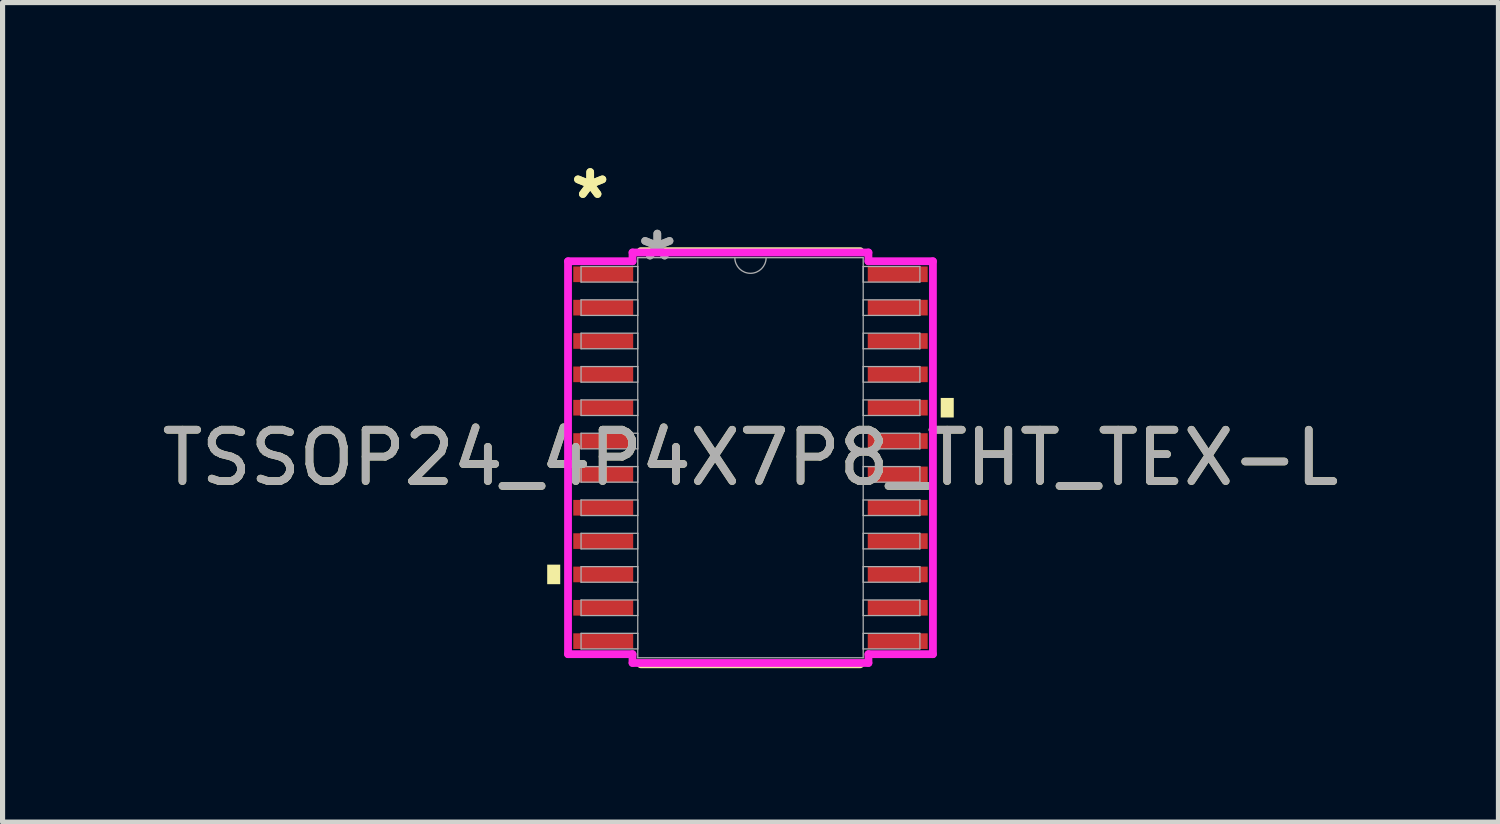
<source format=kicad_pcb>
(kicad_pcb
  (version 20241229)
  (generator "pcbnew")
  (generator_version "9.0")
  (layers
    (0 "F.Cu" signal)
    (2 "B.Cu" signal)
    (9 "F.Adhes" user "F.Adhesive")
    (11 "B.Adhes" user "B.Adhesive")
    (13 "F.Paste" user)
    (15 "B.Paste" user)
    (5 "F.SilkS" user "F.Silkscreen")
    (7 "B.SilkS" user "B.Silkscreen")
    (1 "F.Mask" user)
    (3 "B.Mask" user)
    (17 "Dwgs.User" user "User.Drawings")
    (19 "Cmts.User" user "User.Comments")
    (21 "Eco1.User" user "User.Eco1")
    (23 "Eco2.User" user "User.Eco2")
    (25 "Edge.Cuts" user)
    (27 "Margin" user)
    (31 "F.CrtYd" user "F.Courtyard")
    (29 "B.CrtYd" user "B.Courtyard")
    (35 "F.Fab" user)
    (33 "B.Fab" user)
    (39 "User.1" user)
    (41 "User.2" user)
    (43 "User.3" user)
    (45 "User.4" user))
  (footprint "TSSOP24_4P4X7P8_THT_TEX-L"
    (layer "F.Cu")
    (at 11.577 5.871)
    (property "Reference" "TSSOP24_4P4X7P8_THT_TEX-L" (at 0 0 0) (unlocked yes) (layer "F.SilkS") (effects (font (size 1 1) (thickness 0.15))))
    (attr smd)
    (fp_line (start -2.139 4.026) (end 2.139 4.026) (stroke (width 0.152) (type solid)) (layer "F.SilkS"))
    (fp_line (start 2.139 -4.026) (end -2.139 -4.026) (stroke (width 0.152) (type solid)) (layer "F.SilkS"))
    (fp_poly (pts (xy -3.962 2.084) (xy -3.962 2.465) (xy -3.708 2.465) (xy -3.708 2.084)) (stroke (width 0) (type solid)) (fill yes) (layer "F.SilkS"))
    (fp_poly (pts (xy 3.962 -1.165) (xy 3.962 -0.784) (xy 3.708 -0.784) (xy 3.708 -1.165)) (stroke (width 0) (type solid)) (fill yes) (layer "F.SilkS"))
    (fp_line (start -3.556 -3.829) (end -2.299 -3.829) (stroke (width 0.152) (type solid)) (layer "F.CrtYd"))
    (fp_line (start -3.556 3.829) (end -3.556 -3.829) (stroke (width 0.152) (type solid)) (layer "F.CrtYd"))
    (fp_line (start -3.556 3.829) (end -2.299 3.829) (stroke (width 0.152) (type solid)) (layer "F.CrtYd"))
    (fp_line (start -2.299 -4) (end 2.299 -4) (stroke (width 0.152) (type solid)) (layer "F.CrtYd"))
    (fp_line (start -2.299 -3.829) (end -2.299 -4) (stroke (width 0.152) (type solid)) (layer "F.CrtYd"))
    (fp_line (start -2.299 4) (end -2.299 3.829) (stroke (width 0.152) (type solid)) (layer "F.CrtYd"))
    (fp_line (start 2.299 -4) (end 2.299 -3.829) (stroke (width 0.152) (type solid)) (layer "F.CrtYd"))
    (fp_line (start 2.299 3.829) (end 2.299 4) (stroke (width 0.152) (type solid)) (layer "F.CrtYd"))
    (fp_line (start 2.299 4) (end -2.299 4) (stroke (width 0.152) (type solid)) (layer "F.CrtYd"))
    (fp_line (start 3.556 -3.829) (end 2.299 -3.829) (stroke (width 0.152) (type solid)) (layer "F.CrtYd"))
    (fp_line (start 3.556 -3.829) (end 3.556 3.829) (stroke (width 0.152) (type solid)) (layer "F.CrtYd"))
    (fp_line (start 3.556 3.829) (end 2.299 3.829) (stroke (width 0.152) (type solid)) (layer "F.CrtYd"))
    (fp_line (start -3.302 -3.727) (end -3.302 -3.423) (stroke (width 0.025) (type solid)) (layer "F.Fab"))
    (fp_line (start -3.302 -3.423) (end -2.197 -3.423) (stroke (width 0.025) (type solid)) (layer "F.Fab"))
    (fp_line (start -3.302 -3.077) (end -3.302 -2.773) (stroke (width 0.025) (type solid)) (layer "F.Fab"))
    (fp_line (start -3.302 -2.773) (end -2.197 -2.773) (stroke (width 0.025) (type solid)) (layer "F.Fab"))
    (fp_line (start -3.302 -2.427) (end -3.302 -2.123) (stroke (width 0.025) (type solid)) (layer "F.Fab"))
    (fp_line (start -3.302 -2.123) (end -2.197 -2.123) (stroke (width 0.025) (type solid)) (layer "F.Fab"))
    (fp_line (start -3.302 -1.777) (end -3.302 -1.473) (stroke (width 0.025) (type solid)) (layer "F.Fab"))
    (fp_line (start -3.302 -1.473) (end -2.197 -1.473) (stroke (width 0.025) (type solid)) (layer "F.Fab"))
    (fp_line (start -3.302 -1.127) (end -3.302 -0.823) (stroke (width 0.025) (type solid)) (layer "F.Fab"))
    (fp_line (start -3.302 -0.823) (end -2.197 -0.823) (stroke (width 0.025) (type solid)) (layer "F.Fab"))
    (fp_line (start -3.302 -0.477) (end -3.302 -0.173) (stroke (width 0.025) (type solid)) (layer "F.Fab"))
    (fp_line (start -3.302 -0.173) (end -2.197 -0.173) (stroke (width 0.025) (type solid)) (layer "F.Fab"))
    (fp_line (start -3.302 0.173) (end -3.302 0.477) (stroke (width 0.025) (type solid)) (layer "F.Fab"))
    (fp_line (start -3.302 0.477) (end -2.197 0.477) (stroke (width 0.025) (type solid)) (layer "F.Fab"))
    (fp_line (start -3.302 0.823) (end -3.302 1.127) (stroke (width 0.025) (type solid)) (layer "F.Fab"))
    (fp_line (start -3.302 1.127) (end -2.197 1.127) (stroke (width 0.025) (type solid)) (layer "F.Fab"))
    (fp_line (start -3.302 1.473) (end -3.302 1.777) (stroke (width 0.025) (type solid)) (layer "F.Fab"))
    (fp_line (start -3.302 1.777) (end -2.197 1.777) (stroke (width 0.025) (type solid)) (layer "F.Fab"))
    (fp_line (start -3.302 2.123) (end -3.302 2.427) (stroke (width 0.025) (type solid)) (layer "F.Fab"))
    (fp_line (start -3.302 2.427) (end -2.197 2.427) (stroke (width 0.025) (type solid)) (layer "F.Fab"))
    (fp_line (start -3.302 2.773) (end -3.302 3.077) (stroke (width 0.025) (type solid)) (layer "F.Fab"))
    (fp_line (start -3.302 3.077) (end -2.197 3.077) (stroke (width 0.025) (type solid)) (layer "F.Fab"))
    (fp_line (start -3.302 3.423) (end -3.302 3.727) (stroke (width 0.025) (type solid)) (layer "F.Fab"))
    (fp_line (start -3.302 3.727) (end -2.197 3.727) (stroke (width 0.025) (type solid)) (layer "F.Fab"))
    (fp_line (start -2.197 -3.899) (end -2.197 3.899) (stroke (width 0.025) (type solid)) (layer "F.Fab"))
    (fp_line (start -2.197 -3.727) (end -3.302 -3.727) (stroke (width 0.025) (type solid)) (layer "F.Fab"))
    (fp_line (start -2.197 -3.423) (end -2.197 -3.727) (stroke (width 0.025) (type solid)) (layer "F.Fab"))
    (fp_line (start -2.197 -3.077) (end -3.302 -3.077) (stroke (width 0.025) (type solid)) (layer "F.Fab"))
    (fp_line (start -2.197 -2.773) (end -2.197 -3.077) (stroke (width 0.025) (type solid)) (layer "F.Fab"))
    (fp_line (start -2.197 -2.427) (end -3.302 -2.427) (stroke (width 0.025) (type solid)) (layer "F.Fab"))
    (fp_line (start -2.197 -2.123) (end -2.197 -2.427) (stroke (width 0.025) (type solid)) (layer "F.Fab"))
    (fp_line (start -2.197 -1.777) (end -3.302 -1.777) (stroke (width 0.025) (type solid)) (layer "F.Fab"))
    (fp_line (start -2.197 -1.473) (end -2.197 -1.777) (stroke (width 0.025) (type solid)) (layer "F.Fab"))
    (fp_line (start -2.197 -1.127) (end -3.302 -1.127) (stroke (width 0.025) (type solid)) (layer "F.Fab"))
    (fp_line (start -2.197 -0.823) (end -2.197 -1.127) (stroke (width 0.025) (type solid)) (layer "F.Fab"))
    (fp_line (start -2.197 -0.477) (end -3.302 -0.477) (stroke (width 0.025) (type solid)) (layer "F.Fab"))
    (fp_line (start -2.197 -0.173) (end -2.197 -0.477) (stroke (width 0.025) (type solid)) (layer "F.Fab"))
    (fp_line (start -2.197 0.173) (end -3.302 0.173) (stroke (width 0.025) (type solid)) (layer "F.Fab"))
    (fp_line (start -2.197 0.477) (end -2.197 0.173) (stroke (width 0.025) (type solid)) (layer "F.Fab"))
    (fp_line (start -2.197 0.823) (end -3.302 0.823) (stroke (width 0.025) (type solid)) (layer "F.Fab"))
    (fp_line (start -2.197 1.127) (end -2.197 0.823) (stroke (width 0.025) (type solid)) (layer "F.Fab"))
    (fp_line (start -2.197 1.473) (end -3.302 1.473) (stroke (width 0.025) (type solid)) (layer "F.Fab"))
    (fp_line (start -2.197 1.777) (end -2.197 1.473) (stroke (width 0.025) (type solid)) (layer "F.Fab"))
    (fp_line (start -2.197 2.123) (end -3.302 2.123) (stroke (width 0.025) (type solid)) (layer "F.Fab"))
    (fp_line (start -2.197 2.427) (end -2.197 2.123) (stroke (width 0.025) (type solid)) (layer "F.Fab"))
    (fp_line (start -2.197 2.773) (end -3.302 2.773) (stroke (width 0.025) (type solid)) (layer "F.Fab"))
    (fp_line (start -2.197 3.077) (end -2.197 2.773) (stroke (width 0.025) (type solid)) (layer "F.Fab"))
    (fp_line (start -2.197 3.423) (end -3.302 3.423) (stroke (width 0.025) (type solid)) (layer "F.Fab"))
    (fp_line (start -2.197 3.727) (end -2.197 3.423) (stroke (width 0.025) (type solid)) (layer "F.Fab"))
    (fp_line (start -2.197 3.899) (end 2.197 3.899) (stroke (width 0.025) (type solid)) (layer "F.Fab"))
    (fp_line (start 2.197 -3.899) (end -2.197 -3.899) (stroke (width 0.025) (type solid)) (layer "F.Fab"))
    (fp_line (start 2.197 -3.727) (end 2.197 -3.423) (stroke (width 0.025) (type solid)) (layer "F.Fab"))
    (fp_line (start 2.197 -3.423) (end 3.302 -3.423) (stroke (width 0.025) (type solid)) (layer "F.Fab"))
    (fp_line (start 2.197 -3.077) (end 2.197 -2.773) (stroke (width 0.025) (type solid)) (layer "F.Fab"))
    (fp_line (start 2.197 -2.773) (end 3.302 -2.773) (stroke (width 0.025) (type solid)) (layer "F.Fab"))
    (fp_line (start 2.197 -2.427) (end 2.197 -2.123) (stroke (width 0.025) (type solid)) (layer "F.Fab"))
    (fp_line (start 2.197 -2.123) (end 3.302 -2.123) (stroke (width 0.025) (type solid)) (layer "F.Fab"))
    (fp_line (start 2.197 -1.777) (end 2.197 -1.473) (stroke (width 0.025) (type solid)) (layer "F.Fab"))
    (fp_line (start 2.197 -1.473) (end 3.302 -1.473) (stroke (width 0.025) (type solid)) (layer "F.Fab"))
    (fp_line (start 2.197 -1.127) (end 2.197 -0.823) (stroke (width 0.025) (type solid)) (layer "F.Fab"))
    (fp_line (start 2.197 -0.823) (end 3.302 -0.823) (stroke (width 0.025) (type solid)) (layer "F.Fab"))
    (fp_line (start 2.197 -0.477) (end 2.197 -0.173) (stroke (width 0.025) (type solid)) (layer "F.Fab"))
    (fp_line (start 2.197 -0.173) (end 3.302 -0.173) (stroke (width 0.025) (type solid)) (layer "F.Fab"))
    (fp_line (start 2.197 0.173) (end 2.197 0.477) (stroke (width 0.025) (type solid)) (layer "F.Fab"))
    (fp_line (start 2.197 0.477) (end 3.302 0.477) (stroke (width 0.025) (type solid)) (layer "F.Fab"))
    (fp_line (start 2.197 0.823) (end 2.197 1.127) (stroke (width 0.025) (type solid)) (layer "F.Fab"))
    (fp_line (start 2.197 1.127) (end 3.302 1.127) (stroke (width 0.025) (type solid)) (layer "F.Fab"))
    (fp_line (start 2.197 1.473) (end 2.197 1.777) (stroke (width 0.025) (type solid)) (layer "F.Fab"))
    (fp_line (start 2.197 1.777) (end 3.302 1.777) (stroke (width 0.025) (type solid)) (layer "F.Fab"))
    (fp_line (start 2.197 2.123) (end 2.197 2.427) (stroke (width 0.025) (type solid)) (layer "F.Fab"))
    (fp_line (start 2.197 2.427) (end 3.302 2.427) (stroke (width 0.025) (type solid)) (layer "F.Fab"))
    (fp_line (start 2.197 2.773) (end 2.197 3.077) (stroke (width 0.025) (type solid)) (layer "F.Fab"))
    (fp_line (start 2.197 3.077) (end 3.302 3.077) (stroke (width 0.025) (type solid)) (layer "F.Fab"))
    (fp_line (start 2.197 3.423) (end 2.197 3.727) (stroke (width 0.025) (type solid)) (layer "F.Fab"))
    (fp_line (start 2.197 3.727) (end 3.302 3.727) (stroke (width 0.025) (type solid)) (layer "F.Fab"))
    (fp_line (start 2.197 3.899) (end 2.197 -3.899) (stroke (width 0.025) (type solid)) (layer "F.Fab"))
    (fp_line (start 3.302 -3.727) (end 2.197 -3.727) (stroke (width 0.025) (type solid)) (layer "F.Fab"))
    (fp_line (start 3.302 -3.423) (end 3.302 -3.727) (stroke (width 0.025) (type solid)) (layer "F.Fab"))
    (fp_line (start 3.302 -3.077) (end 2.197 -3.077) (stroke (width 0.025) (type solid)) (layer "F.Fab"))
    (fp_line (start 3.302 -2.773) (end 3.302 -3.077) (stroke (width 0.025) (type solid)) (layer "F.Fab"))
    (fp_line (start 3.302 -2.427) (end 2.197 -2.427) (stroke (width 0.025) (type solid)) (layer "F.Fab"))
    (fp_line (start 3.302 -2.123) (end 3.302 -2.427) (stroke (width 0.025) (type solid)) (layer "F.Fab"))
    (fp_line (start 3.302 -1.777) (end 2.197 -1.777) (stroke (width 0.025) (type solid)) (layer "F.Fab"))
    (fp_line (start 3.302 -1.473) (end 3.302 -1.777) (stroke (width 0.025) (type solid)) (layer "F.Fab"))
    (fp_line (start 3.302 -1.127) (end 2.197 -1.127) (stroke (width 0.025) (type solid)) (layer "F.Fab"))
    (fp_line (start 3.302 -0.823) (end 3.302 -1.127) (stroke (width 0.025) (type solid)) (layer "F.Fab"))
    (fp_line (start 3.302 -0.477) (end 2.197 -0.477) (stroke (width 0.025) (type solid)) (layer "F.Fab"))
    (fp_line (start 3.302 -0.173) (end 3.302 -0.477) (stroke (width 0.025) (type solid)) (layer "F.Fab"))
    (fp_line (start 3.302 0.173) (end 2.197 0.173) (stroke (width 0.025) (type solid)) (layer "F.Fab"))
    (fp_line (start 3.302 0.477) (end 3.302 0.173) (stroke (width 0.025) (type solid)) (layer "F.Fab"))
    (fp_line (start 3.302 0.823) (end 2.197 0.823) (stroke (width 0.025) (type solid)) (layer "F.Fab"))
    (fp_line (start 3.302 1.127) (end 3.302 0.823) (stroke (width 0.025) (type solid)) (layer "F.Fab"))
    (fp_line (start 3.302 1.473) (end 2.197 1.473) (stroke (width 0.025) (type solid)) (layer "F.Fab"))
    (fp_line (start 3.302 1.777) (end 3.302 1.473) (stroke (width 0.025) (type solid)) (layer "F.Fab"))
    (fp_line (start 3.302 2.123) (end 2.197 2.123) (stroke (width 0.025) (type solid)) (layer "F.Fab"))
    (fp_line (start 3.302 2.427) (end 3.302 2.123) (stroke (width 0.025) (type solid)) (layer "F.Fab"))
    (fp_line (start 3.302 2.773) (end 2.197 2.773) (stroke (width 0.025) (type solid)) (layer "F.Fab"))
    (fp_line (start 3.302 3.077) (end 3.302 2.773) (stroke (width 0.025) (type solid)) (layer "F.Fab"))
    (fp_line (start 3.302 3.423) (end 2.197 3.423) (stroke (width 0.025) (type solid)) (layer "F.Fab"))
    (fp_line (start 3.302 3.727) (end 3.302 3.423) (stroke (width 0.025) (type solid)) (layer "F.Fab"))
    (fp_arc (start 0.3048 -3.8989) (mid 0 -3.5941) (end -0.3048 -3.8989) (stroke (width 0.0254) (type solid)) (layer "F.Fab"))
    (fp_text user "*" (at -3.124 -5.023 0) (layer "F.SilkS") (effects (font (size 1 1) (thickness 0.15))))
    (fp_text user "*" (at -3.124 -5.023 0) (unlocked yes) (layer "F.SilkS") (effects (font (size 1 1) (thickness 0.15))))
    (fp_text user "${REFERENCE}" (at 0 0 0) (unlocked yes) (layer "F.Fab") (effects (font (size 1 1) (thickness 0.15))))
    (fp_text user "*" (at -1.816 -3.823 0) (layer "F.Fab") (effects (font (size 1 1) (thickness 0.15))))
    (fp_text user "*" (at -1.816 -3.823 0) (unlocked yes) (layer "F.Fab") (effects (font (size 1 1) (thickness 0.15))))
    (pad "1" smd rect (at -2.87 -3.575) (size 1.168 0.305) (layers "F.Cu" "F.Mask" "F.Paste"))
    (pad "2" smd rect (at -2.87 -2.925) (size 1.168 0.305) (layers "F.Cu" "F.Mask" "F.Paste"))
    (pad "3" smd rect (at -2.87 -2.275) (size 1.168 0.305) (layers "F.Cu" "F.Mask" "F.Paste"))
    (pad "4" smd rect (at -2.87 -1.625) (size 1.168 0.305) (layers "F.Cu" "F.Mask" "F.Paste"))
    (pad "5" smd rect (at -2.87 -0.975) (size 1.168 0.305) (layers "F.Cu" "F.Mask" "F.Paste"))
    (pad "6" smd rect (at -2.87 -0.325) (size 1.168 0.305) (layers "F.Cu" "F.Mask" "F.Paste"))
    (pad "7" smd rect (at -2.87 0.325) (size 1.168 0.305) (layers "F.Cu" "F.Mask" "F.Paste"))
    (pad "8" smd rect (at -2.87 0.975) (size 1.168 0.305) (layers "F.Cu" "F.Mask" "F.Paste"))
    (pad "9" smd rect (at -2.87 1.625) (size 1.168 0.305) (layers "F.Cu" "F.Mask" "F.Paste"))
    (pad "10" smd rect (at -2.87 2.275) (size 1.168 0.305) (layers "F.Cu" "F.Mask" "F.Paste"))
    (pad "11" smd rect (at -2.87 2.925) (size 1.168 0.305) (layers "F.Cu" "F.Mask" "F.Paste"))
    (pad "12" smd rect (at -2.87 3.575) (size 1.168 0.305) (layers "F.Cu" "F.Mask" "F.Paste"))
    (pad "13" smd rect (at 2.87 3.575) (size 1.168 0.305) (layers "F.Cu" "F.Mask" "F.Paste"))
    (pad "14" smd rect (at 2.87 2.925) (size 1.168 0.305) (layers "F.Cu" "F.Mask" "F.Paste"))
    (pad "15" smd rect (at 2.87 2.275) (size 1.168 0.305) (layers "F.Cu" "F.Mask" "F.Paste"))
    (pad "16" smd rect (at 2.87 1.625) (size 1.168 0.305) (layers "F.Cu" "F.Mask" "F.Paste"))
    (pad "17" smd rect (at 2.87 0.975) (size 1.168 0.305) (layers "F.Cu" "F.Mask" "F.Paste"))
    (pad "18" smd rect (at 2.87 0.325) (size 1.168 0.305) (layers "F.Cu" "F.Mask" "F.Paste"))
    (pad "19" smd rect (at 2.87 -0.325) (size 1.168 0.305) (layers "F.Cu" "F.Mask" "F.Paste"))
    (pad "20" smd rect (at 2.87 -0.975) (size 1.168 0.305) (layers "F.Cu" "F.Mask" "F.Paste"))
    (pad "21" smd rect (at 2.87 -1.625) (size 1.168 0.305) (layers "F.Cu" "F.Mask" "F.Paste"))
    (pad "22" smd rect (at 2.87 -2.275) (size 1.168 0.305) (layers "F.Cu" "F.Mask" "F.Paste"))
    (pad "23" smd rect (at 2.87 -2.925) (size 1.168 0.305) (layers "F.Cu" "F.Mask" "F.Paste"))
    (pad "24" smd rect (at 2.87 -3.575) (size 1.168 0.305) (layers "F.Cu" "F.Mask" "F.Paste")))
  (gr_rect
    (start -3 -3)
    (end 26.155 12.973)
    (stroke (width 0.1) (type default))
    (fill no)
    (layer "Edge.Cuts")))
</source>
